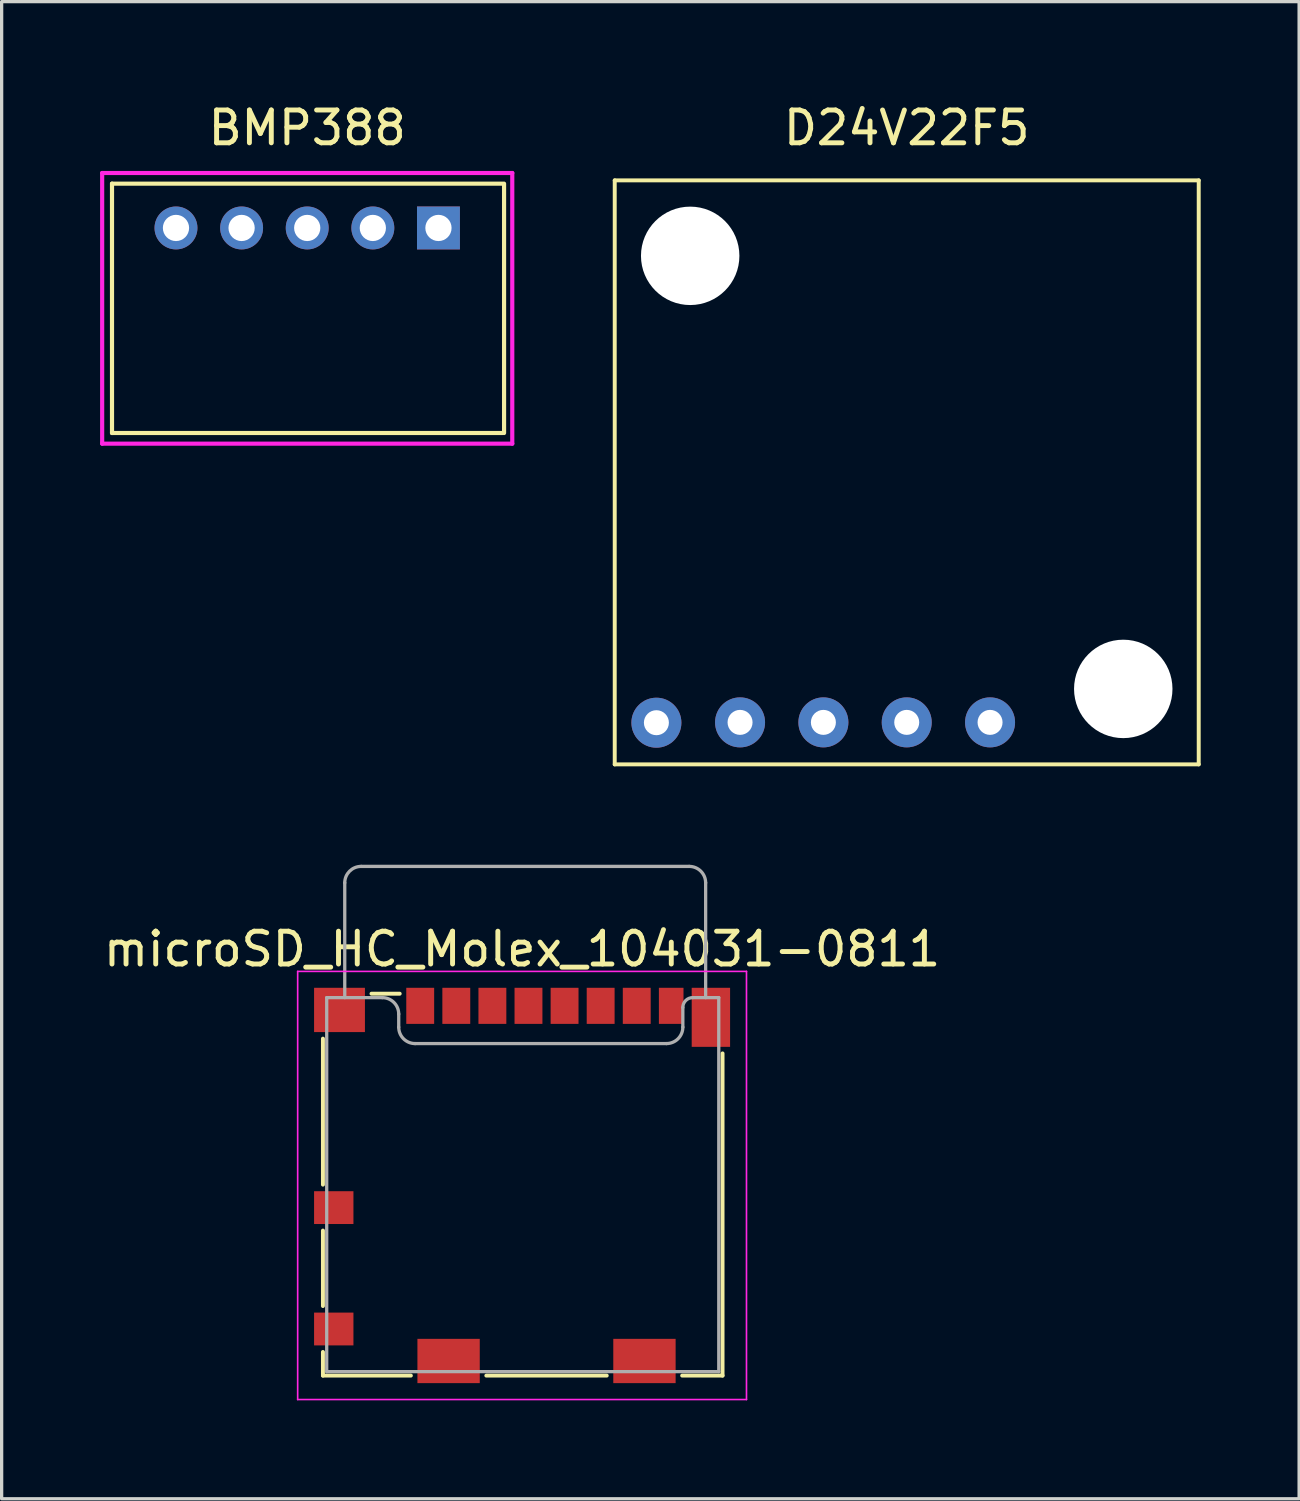
<source format=kicad_pcb>
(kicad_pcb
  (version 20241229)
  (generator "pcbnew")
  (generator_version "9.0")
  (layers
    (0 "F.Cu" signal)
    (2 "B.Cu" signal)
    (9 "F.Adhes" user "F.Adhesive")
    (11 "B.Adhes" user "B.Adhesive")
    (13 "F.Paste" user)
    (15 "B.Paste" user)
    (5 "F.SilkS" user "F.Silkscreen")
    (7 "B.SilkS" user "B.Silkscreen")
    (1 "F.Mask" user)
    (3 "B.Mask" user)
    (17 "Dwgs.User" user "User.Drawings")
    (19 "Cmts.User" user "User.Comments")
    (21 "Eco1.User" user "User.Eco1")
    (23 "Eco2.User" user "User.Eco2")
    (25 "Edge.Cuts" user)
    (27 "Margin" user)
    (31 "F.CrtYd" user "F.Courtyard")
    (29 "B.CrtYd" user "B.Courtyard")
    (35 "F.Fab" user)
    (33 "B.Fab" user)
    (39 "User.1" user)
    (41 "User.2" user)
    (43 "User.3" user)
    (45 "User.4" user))
  (footprint "D24V22F5"
    (layer "F.Cu")
    (at 24.587 11.348)
    (property "Reference" "D24V22F5" (at 0 -10.5 0) (layer "F.SilkS") (effects (font (size 1 1) (thickness 0.15))))
    (attr through_hole)
    (fp_line (start -8.9 8.9) (end -8.9 -8.9) (stroke (width 0.12) (type solid)) (layer "F.SilkS"))
    (fp_line (start 8.9 -8.9) (end -8.9 -8.9) (stroke (width 0.12) (type solid)) (layer "F.SilkS"))
    (fp_line (start 8.9 8.9) (end -8.9 8.9) (stroke (width 0.12) (type solid)) (layer "F.SilkS"))
    (fp_line (start 8.9 8.9) (end 8.9 -8.9) (stroke (width 0.12) (type solid)) (layer "F.SilkS"))
    (pad "" np_thru_hole circle (at -6.6 -6.6) (size 3 3) (drill 3) (layers "*.Cu" "*.Mask"))
    (pad "" np_thru_hole circle (at 6.6 6.6) (size 3 3) (drill 3) (layers "*.Cu" "*.Mask"))
    (pad "1" thru_hole circle (at 2.54 7.62) (size 1.524 1.524) (drill 0.762) (layers "*.Cu" "*.Mask"))
    (pad "2" thru_hole circle (at 0 7.62) (size 1.524 1.524) (drill 0.762) (layers "*.Cu" "*.Mask"))
    (pad "3" thru_hole circle (at -2.54 7.62) (size 1.524 1.524) (drill 0.762) (layers "*.Cu" "*.Mask"))
    (pad "4" thru_hole circle (at -5.08 7.62) (size 1.524 1.524) (drill 0.762) (layers "*.Cu" "*.Mask"))
    (pad "5" thru_hole circle (at -7.63 7.63) (size 1.524 1.524) (drill 0.762) (layers "*.Cu" "*.Mask")))
  (footprint "microSD_HC_Molex_104031-0811"
    (layer "F.Cu")
    (at 12.863 33.058)
    (property "Reference" "microSD_HC_Molex_104031-0811" (at 0 -7.18 0) (layer "F.SilkS") (effects (font (size 1 1) (thickness 0.15))))
    (attr smd)
    (fp_line (start -6.07 -4.45) (end -6.07 0) (stroke (width 0.12) (type solid)) (layer "F.SilkS"))
    (fp_line (start -6.07 1.4) (end -6.07 3.7) (stroke (width 0.12) (type solid)) (layer "F.SilkS"))
    (fp_line (start -6.07 5.1) (end -6.07 5.82) (stroke (width 0.12) (type solid)) (layer "F.SilkS"))
    (fp_line (start -6.07 5.82) (end -3.39 5.82) (stroke (width 0.12) (type solid)) (layer "F.SilkS"))
    (fp_line (start -4.59 -5.82) (end -3.73 -5.82) (stroke (width 0.12) (type solid)) (layer "F.SilkS"))
    (fp_line (start -1.09 5.82) (end 2.58 5.82) (stroke (width 0.12) (type solid)) (layer "F.SilkS"))
    (fp_line (start 4.88 5.82) (end 6.11 5.82) (stroke (width 0.12) (type solid)) (layer "F.SilkS"))
    (fp_line (start 6.11 5.82) (end 6.11 -4) (stroke (width 0.12) (type solid)) (layer "F.SilkS"))
    (fp_line (start -6.84 -6.5) (end 6.84 -6.5) (stroke (width 0.05) (type solid)) (layer "F.CrtYd"))
    (fp_line (start -6.84 6.55) (end -6.84 -6.5) (stroke (width 0.05) (type solid)) (layer "F.CrtYd"))
    (fp_line (start 6.84 -6.5) (end 6.84 6.55) (stroke (width 0.05) (type solid)) (layer "F.CrtYd"))
    (fp_line (start 6.84 6.55) (end -6.84 6.55) (stroke (width 0.05) (type solid)) (layer "F.CrtYd"))
    (fp_line (start -5.955 -5.7) (end -5.955 5.7) (stroke (width 0.1) (type solid)) (layer "F.Fab"))
    (fp_line (start -5.955 -5.7) (end -4.26 -5.7) (stroke (width 0.1) (type solid)) (layer "F.Fab"))
    (fp_line (start -5.405 -9.2) (end -5.405 -5.7) (stroke (width 0.1) (type solid)) (layer "F.Fab"))
    (fp_line (start -4.905 -9.7) (end 5.095 -9.7) (stroke (width 0.1) (type solid)) (layer "F.Fab"))
    (fp_line (start -3.76 -4.8) (end -3.76 -5.2) (stroke (width 0.1) (type solid)) (layer "F.Fab"))
    (fp_line (start 4.4 -4.3) (end -3.26 -4.3) (stroke (width 0.1) (type solid)) (layer "F.Fab"))
    (fp_line (start 4.9 -5.4) (end 4.9 -4.8) (stroke (width 0.1) (type solid)) (layer "F.Fab"))
    (fp_line (start 5.595 -5.7) (end 5.595 -9.2) (stroke (width 0.1) (type solid)) (layer "F.Fab"))
    (fp_line (start 5.995 -5.7) (end 5.21 -5.7) (stroke (width 0.1) (type solid)) (layer "F.Fab"))
    (fp_line (start 5.995 5.7) (end -5.955 5.7) (stroke (width 0.1) (type solid)) (layer "F.Fab"))
    (fp_line (start 5.995 5.7) (end 5.995 -5.7) (stroke (width 0.1) (type solid)) (layer "F.Fab"))
    (fp_arc (start -5.405 -9.2) (mid -5.258553 -9.553553) (end -4.905 -9.7) (stroke (width 0.1) (type solid)) (layer "F.Fab"))
    (fp_arc (start -4.26 -5.7) (mid -3.906447 -5.553553) (end -3.76 -5.2) (stroke (width 0.1) (type solid)) (layer "F.Fab"))
    (fp_arc (start -3.26 -4.3) (mid -3.613553 -4.446447) (end -3.76 -4.8) (stroke (width 0.1) (type solid)) (layer "F.Fab"))
    (fp_arc (start 4.9 -5.4) (mid 4.987868 -5.612132) (end 5.2 -5.7) (stroke (width 0.1) (type solid)) (layer "F.Fab"))
    (fp_arc (start 4.9 -4.8) (mid 4.753553 -4.446447) (end 4.4 -4.3) (stroke (width 0.1) (type solid)) (layer "F.Fab"))
    (fp_arc (start 5.095 -9.7) (mid 5.448553 -9.553553) (end 5.595 -9.2) (stroke (width 0.1) (type solid)) (layer "F.Fab"))
    (pad "1" smd rect (at -3.105 -5.45) (size 0.85 1.1) (layers "F.Cu" "F.Mask" "F.Paste"))
    (pad "2" smd rect (at -2.005 -5.45) (size 0.85 1.1) (layers "F.Cu" "F.Mask" "F.Paste"))
    (pad "3" smd rect (at -0.905 -5.45) (size 0.85 1.1) (layers "F.Cu" "F.Mask" "F.Paste"))
    (pad "4" smd rect (at 0.195 -5.45) (size 0.85 1.1) (layers "F.Cu" "F.Mask" "F.Paste"))
    (pad "5" smd rect (at 1.295 -5.45) (size 0.85 1.1) (layers "F.Cu" "F.Mask" "F.Paste"))
    (pad "6" smd rect (at 2.395 -5.45) (size 0.85 1.1) (layers "F.Cu" "F.Mask" "F.Paste"))
    (pad "7" smd rect (at 3.495 -5.45) (size 0.85 1.1) (layers "F.Cu" "F.Mask" "F.Paste"))
    (pad "8" smd rect (at 4.545 -5.45) (size 0.75 1.1) (layers "F.Cu" "F.Mask" "F.Paste"))
    (pad "9" smd rect (at -5.74 0.7) (size 1.2 1) (layers "F.Cu" "F.Mask" "F.Paste"))
    (pad "10" smd rect (at -5.74 4.4) (size 1.2 1) (layers "F.Cu" "F.Mask" "F.Paste"))
    (pad "11" smd rect (at -5.565 -5.325) (size 1.55 1.35) (layers "F.Cu" "F.Mask" "F.Paste"))
    (pad "11" smd rect (at -2.24 5.375) (size 1.9 1.35) (layers "F.Cu" "F.Mask" "F.Paste"))
    (pad "11" smd rect (at 3.73 5.375) (size 1.9 1.35) (layers "F.Cu" "F.Mask" "F.Paste"))
    (pad "11" smd rect (at 5.755 -5.1) (size 1.17 1.8) (layers "F.Cu" "F.Mask" "F.Paste")))
  (footprint "BMP388"
    (layer "F.Cu")
    (at 6.314 6.348)
    (property "Reference" "BMP388" (at 0 -5.5 0) (layer "F.SilkS") (effects (font (size 1 1) (thickness 0.15))))
    (attr through_hole)
    (fp_line (start -5.95 -3.8) (end -5.95 3.8) (stroke (width 0.127) (type solid)) (layer "F.SilkS"))
    (fp_line (start -5.95 3.8) (end 5.95 3.8) (stroke (width 0.127) (type solid)) (layer "F.SilkS"))
    (fp_line (start 5.95 -3.8) (end -5.95 -3.8) (stroke (width 0.127) (type solid)) (layer "F.SilkS"))
    (fp_line (start 6 -3.8) (end 6 3.8) (stroke (width 0.127) (type solid)) (layer "F.SilkS"))
    (fp_line (start -6.25 -4.125) (end -6.25 4.125) (stroke (width 0.127) (type solid)) (layer "F.CrtYd"))
    (fp_line (start -6.25 -4.125) (end 6.25 -4.125) (stroke (width 0.127) (type solid)) (layer "F.CrtYd"))
    (fp_line (start -6.25 4.125) (end 6.25 4.125) (stroke (width 0.127) (type solid)) (layer "F.CrtYd"))
    (fp_line (start 6.25 4.125) (end 6.25 -4.125) (stroke (width 0.127) (type solid)) (layer "F.CrtYd"))
    (pad "1" thru_hole rect (at 4 -2.45) (size 1.308 1.308) (drill 0.8) (layers "*.Cu" "*.Mask"))
    (pad "2" thru_hole circle (at 2 -2.45) (size 1.308 1.308) (drill 0.8) (layers "*.Cu" "*.Mask"))
    (pad "3" thru_hole circle (at 0 -2.45) (size 1.308 1.308) (drill 0.8) (layers "*.Cu" "*.Mask"))
    (pad "4" thru_hole circle (at -2 -2.45) (size 1.308 1.308) (drill 0.8) (layers "*.Cu" "*.Mask"))
    (pad "5" thru_hole circle (at -4 -2.45) (size 1.308 1.308) (drill 0.8) (layers "*.Cu" "*.Mask")))
  (gr_rect
    (start -3 -3)
    (end 36.547 42.633)
    (stroke (width 0.1) (type default))
    (fill no)
    (layer "Edge.Cuts")))
</source>
